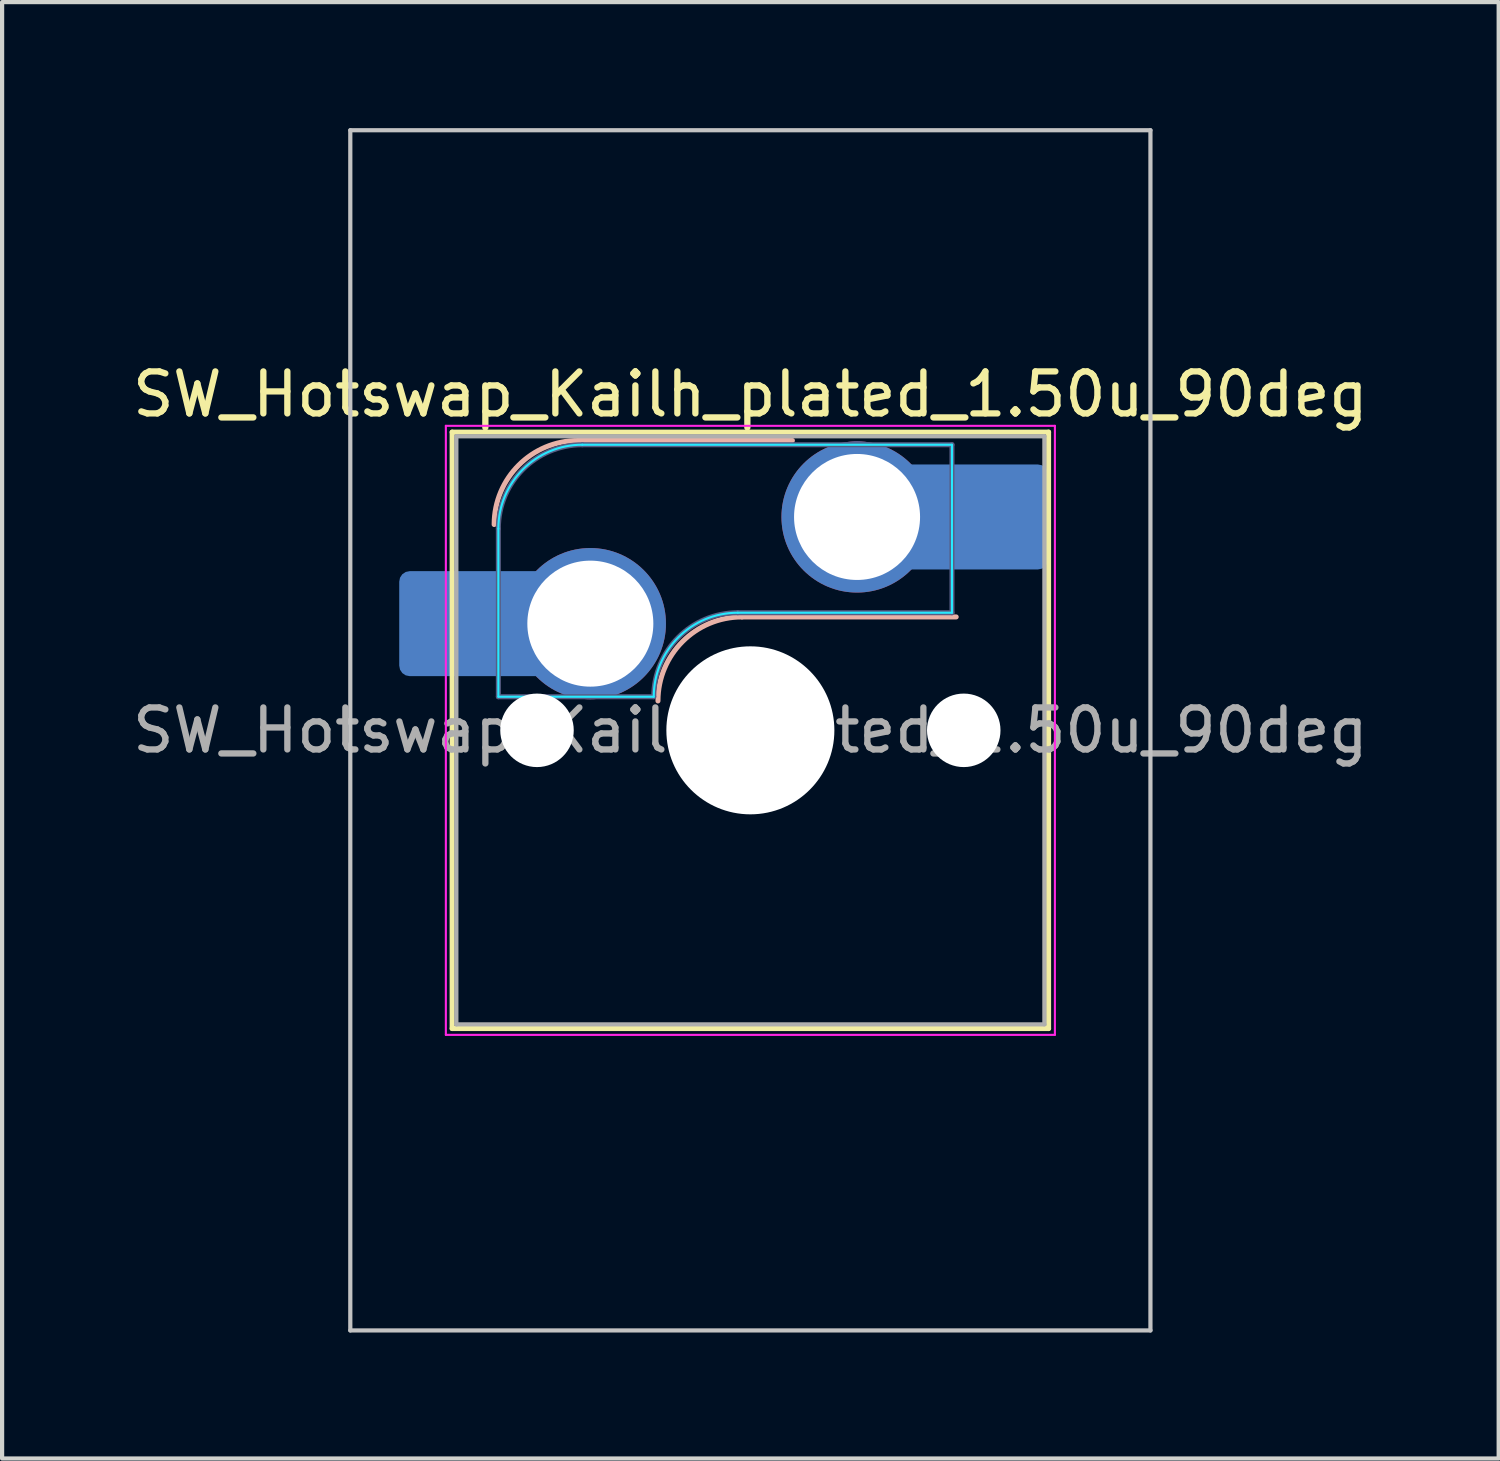
<source format=kicad_pcb>
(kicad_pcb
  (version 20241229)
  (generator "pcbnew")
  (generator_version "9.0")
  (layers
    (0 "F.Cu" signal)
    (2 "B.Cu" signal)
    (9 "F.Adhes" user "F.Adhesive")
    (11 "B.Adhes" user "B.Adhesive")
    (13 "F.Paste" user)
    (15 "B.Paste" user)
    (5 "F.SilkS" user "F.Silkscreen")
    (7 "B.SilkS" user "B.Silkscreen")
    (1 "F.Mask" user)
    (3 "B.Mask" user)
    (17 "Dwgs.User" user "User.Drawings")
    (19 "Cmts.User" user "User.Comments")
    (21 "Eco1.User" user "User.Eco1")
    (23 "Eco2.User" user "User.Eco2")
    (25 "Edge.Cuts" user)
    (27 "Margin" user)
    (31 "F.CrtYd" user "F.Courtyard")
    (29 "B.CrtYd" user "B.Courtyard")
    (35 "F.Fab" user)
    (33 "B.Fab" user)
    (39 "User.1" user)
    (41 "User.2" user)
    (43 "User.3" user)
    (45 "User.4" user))
  (footprint "SW_Hotswap_Kailh_plated_1.50u_90deg"
    (layer "F.Cu")
    (at 14.815 14.338)
    (property "Reference" "SW_Hotswap_Kailh_plated_1.50u_90deg" (at 0 -8 0) (layer "F.SilkS") (effects (font (size 1 1) (thickness 0.15))))
    (attr smd)
    (fp_line (start -7.1 -7.1) (end -7.1 7.1) (stroke (width 0.12) (type solid)) (layer "F.SilkS"))
    (fp_line (start -7.1 7.1) (end 7.1 7.1) (stroke (width 0.12) (type solid)) (layer "F.SilkS"))
    (fp_line (start 7.1 -7.1) (end -7.1 -7.1) (stroke (width 0.12) (type solid)) (layer "F.SilkS"))
    (fp_line (start 7.1 7.1) (end 7.1 -7.1) (stroke (width 0.12) (type solid)) (layer "F.SilkS"))
    (fp_line (start -4.1 -6.9) (end 1 -6.9) (stroke (width 0.12) (type solid)) (layer "B.SilkS"))
    (fp_line (start -0.2 -2.7) (end 4.9 -2.7) (stroke (width 0.12) (type solid)) (layer "B.SilkS"))
    (fp_arc (start -6.1 -4.9) (mid -5.514214 -6.314214) (end -4.1 -6.9) (stroke (width 0.12) (type solid)) (layer "B.SilkS"))
    (fp_arc (start -2.2 -0.7) (mid -1.614214 -2.114214) (end -0.2 -2.7) (stroke (width 0.12) (type solid)) (layer "B.SilkS"))
    (fp_line (start -9.525 -14.287) (end 9.525 -14.287) (stroke (width 0.1) (type solid)) (layer "Dwgs.User"))
    (fp_line (start -9.525 14.287) (end -9.525 -14.287) (stroke (width 0.1) (type solid)) (layer "Dwgs.User"))
    (fp_line (start 9.525 -14.287) (end 9.525 14.287) (stroke (width 0.1) (type solid)) (layer "Dwgs.User"))
    (fp_line (start 9.525 14.287) (end -9.525 14.287) (stroke (width 0.1) (type solid)) (layer "Dwgs.User"))
    (fp_line (start -7.8 -6) (end -7 -6) (stroke (width 0.1) (type solid)) (layer "Eco1.User"))
    (fp_line (start -7.8 -2.9) (end -7.8 -6) (stroke (width 0.1) (type solid)) (layer "Eco1.User"))
    (fp_line (start -7.8 2.9) (end -7 2.9) (stroke (width 0.1) (type solid)) (layer "Eco1.User"))
    (fp_line (start -7.8 6) (end -7.8 2.9) (stroke (width 0.1) (type solid)) (layer "Eco1.User"))
    (fp_line (start -7 -7) (end 7 -7) (stroke (width 0.1) (type solid)) (layer "Eco1.User"))
    (fp_line (start -7 -6) (end -7 -7) (stroke (width 0.1) (type solid)) (layer "Eco1.User"))
    (fp_line (start -7 -2.9) (end -7.8 -2.9) (stroke (width 0.1) (type solid)) (layer "Eco1.User"))
    (fp_line (start -7 2.9) (end -7 -2.9) (stroke (width 0.1) (type solid)) (layer "Eco1.User"))
    (fp_line (start -7 6) (end -7.8 6) (stroke (width 0.1) (type solid)) (layer "Eco1.User"))
    (fp_line (start -7 7) (end -7 6) (stroke (width 0.1) (type solid)) (layer "Eco1.User"))
    (fp_line (start 7 -7) (end 7 -6) (stroke (width 0.1) (type solid)) (layer "Eco1.User"))
    (fp_line (start 7 -6) (end 7.8 -6) (stroke (width 0.1) (type solid)) (layer "Eco1.User"))
    (fp_line (start 7 -2.9) (end 7 2.9) (stroke (width 0.1) (type solid)) (layer "Eco1.User"))
    (fp_line (start 7 2.9) (end 7.8 2.9) (stroke (width 0.1) (type solid)) (layer "Eco1.User"))
    (fp_line (start 7 6) (end 7 7) (stroke (width 0.1) (type solid)) (layer "Eco1.User"))
    (fp_line (start 7 7) (end -7 7) (stroke (width 0.1) (type solid)) (layer "Eco1.User"))
    (fp_line (start 7.8 -6) (end 7.8 -2.9) (stroke (width 0.1) (type solid)) (layer "Eco1.User"))
    (fp_line (start 7.8 -2.9) (end 7 -2.9) (stroke (width 0.1) (type solid)) (layer "Eco1.User"))
    (fp_line (start 7.8 2.9) (end 7.8 6) (stroke (width 0.1) (type solid)) (layer "Eco1.User"))
    (fp_line (start 7.8 6) (end 7 6) (stroke (width 0.1) (type solid)) (layer "Eco1.User"))
    (fp_line (start -6 -0.8) (end -6 -4.8) (stroke (width 0.05) (type solid)) (layer "B.CrtYd"))
    (fp_line (start -6 -0.8) (end -2.3 -0.8) (stroke (width 0.05) (type solid)) (layer "B.CrtYd"))
    (fp_line (start -4 -6.8) (end 4.8 -6.8) (stroke (width 0.05) (type solid)) (layer "B.CrtYd"))
    (fp_line (start -0.3 -2.8) (end 4.8 -2.8) (stroke (width 0.05) (type solid)) (layer "B.CrtYd"))
    (fp_line (start 4.8 -6.8) (end 4.8 -2.8) (stroke (width 0.05) (type solid)) (layer "B.CrtYd"))
    (fp_arc (start -6 -4.8) (mid -5.414214 -6.214214) (end -4 -6.8) (stroke (width 0.05) (type solid)) (layer "B.CrtYd"))
    (fp_arc (start -2.3 -0.8) (mid -1.714214 -2.214214) (end -0.3 -2.8) (stroke (width 0.05) (type solid)) (layer "B.CrtYd"))
    (fp_line (start -7.25 -7.25) (end -7.25 7.25) (stroke (width 0.05) (type solid)) (layer "F.CrtYd"))
    (fp_line (start -7.25 7.25) (end 7.25 7.25) (stroke (width 0.05) (type solid)) (layer "F.CrtYd"))
    (fp_line (start 7.25 -7.25) (end -7.25 -7.25) (stroke (width 0.05) (type solid)) (layer "F.CrtYd"))
    (fp_line (start 7.25 7.25) (end 7.25 -7.25) (stroke (width 0.05) (type solid)) (layer "F.CrtYd"))
    (fp_line (start -6 -0.8) (end -6 -4.8) (stroke (width 0.12) (type solid)) (layer "B.Fab"))
    (fp_line (start -6 -0.8) (end -2.3 -0.8) (stroke (width 0.12) (type solid)) (layer "B.Fab"))
    (fp_line (start -4 -6.8) (end 4.8 -6.8) (stroke (width 0.12) (type solid)) (layer "B.Fab"))
    (fp_line (start -0.3 -2.8) (end 4.8 -2.8) (stroke (width 0.12) (type solid)) (layer "B.Fab"))
    (fp_line (start 4.8 -6.8) (end 4.8 -2.8) (stroke (width 0.12) (type solid)) (layer "B.Fab"))
    (fp_arc (start -6 -4.8) (mid -5.414214 -6.214214) (end -4 -6.8) (stroke (width 0.12) (type solid)) (layer "B.Fab"))
    (fp_arc (start -2.3 -0.8) (mid -1.714214 -2.214214) (end -0.3 -2.8) (stroke (width 0.12) (type solid)) (layer "B.Fab"))
    (fp_line (start -7 -7) (end -7 7) (stroke (width 0.1) (type solid)) (layer "F.Fab"))
    (fp_line (start -7 7) (end 7 7) (stroke (width 0.1) (type solid)) (layer "F.Fab"))
    (fp_line (start 7 -7) (end -7 -7) (stroke (width 0.1) (type solid)) (layer "F.Fab"))
    (fp_line (start 7 7) (end 7 -7) (stroke (width 0.1) (type solid)) (layer "F.Fab"))
    (fp_text user "${REFERENCE}" (at 0 0 0) (layer "F.Fab") (effects (font (size 1 1) (thickness 0.15))))
    (pad "" smd roundrect (at -7.085 -2.54) (size 2.55 2.5) (layers "B.Mask" "B.Paste") (roundrect_rratio 0.1))
    (pad "" np_thru_hole circle (at -5.08 0) (size 1.75 1.75) (drill 1.75) (layers "*.Cu" "*.Mask"))
    (pad "" np_thru_hole circle (at 0 0) (size 4 4) (drill 4) (layers "*.Cu" "*.Mask"))
    (pad "" np_thru_hole circle (at 5.08 0) (size 1.75 1.75) (drill 1.75) (layers "*.Cu" "*.Mask"))
    (pad "" smd roundrect (at 5.842 -5.08) (size 2.55 2.5) (layers "B.Mask" "B.Paste") (roundrect_rratio 0.1))
    (pad "1" smd roundrect (at -6.585 -2.54) (size 3.55 2.5) (layers "B.Cu") (roundrect_rratio 0.1))
    (pad "1" thru_hole circle (at -3.81 -2.54) (size 3.6 3.6) (drill 3) (layers "*.Cu" "B.Mask"))
    (pad "2" thru_hole circle (at 2.54 -5.08) (size 3.6 3.6) (drill 3) (layers "*.Cu" "B.Mask"))
    (pad "2" smd roundrect (at 5.32 -5.08) (size 3.55 2.5) (layers "B.Cu") (roundrect_rratio 0.1)))
  (gr_rect
    (start -3 -3)
    (end 32.631 31.675)
    (stroke (width 0.1) (type default))
    (fill no)
    (layer "Edge.Cuts")))
</source>
